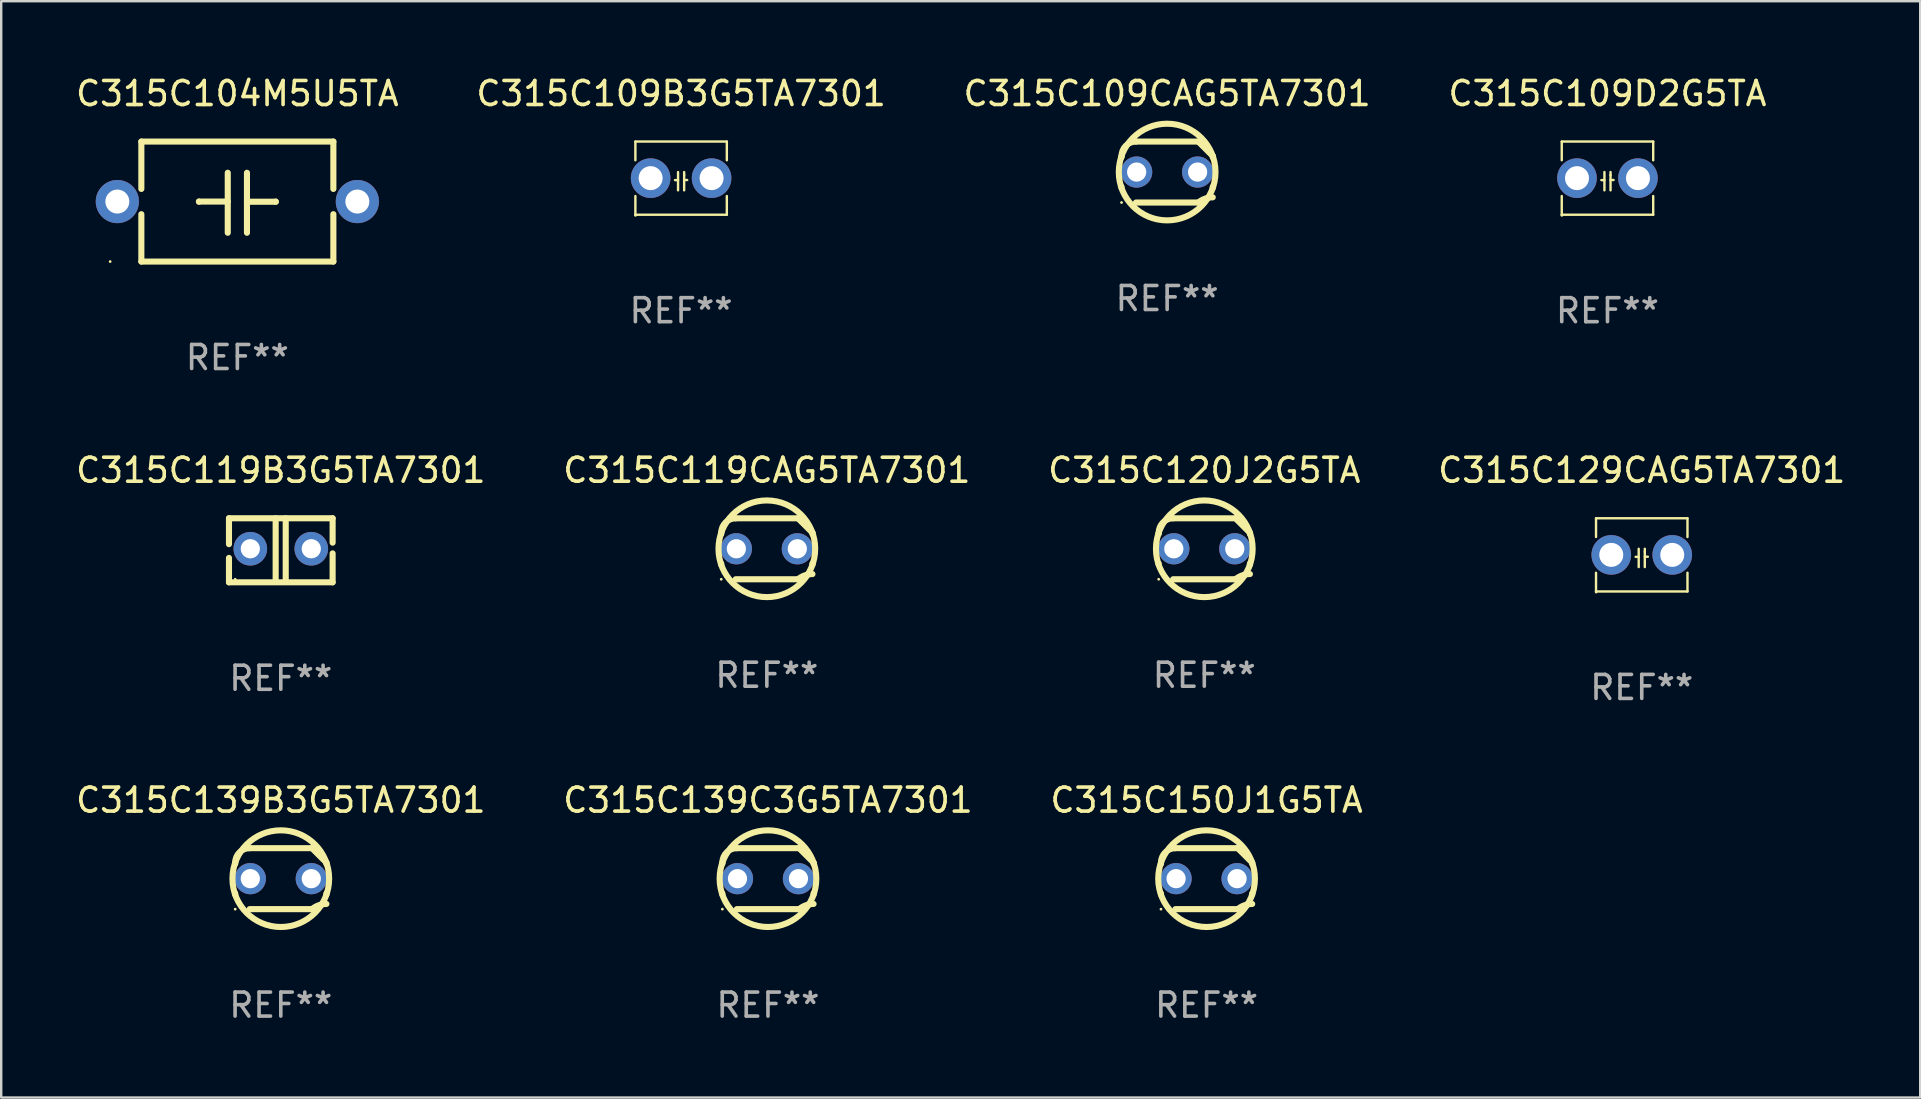
<source format=kicad_pcb>
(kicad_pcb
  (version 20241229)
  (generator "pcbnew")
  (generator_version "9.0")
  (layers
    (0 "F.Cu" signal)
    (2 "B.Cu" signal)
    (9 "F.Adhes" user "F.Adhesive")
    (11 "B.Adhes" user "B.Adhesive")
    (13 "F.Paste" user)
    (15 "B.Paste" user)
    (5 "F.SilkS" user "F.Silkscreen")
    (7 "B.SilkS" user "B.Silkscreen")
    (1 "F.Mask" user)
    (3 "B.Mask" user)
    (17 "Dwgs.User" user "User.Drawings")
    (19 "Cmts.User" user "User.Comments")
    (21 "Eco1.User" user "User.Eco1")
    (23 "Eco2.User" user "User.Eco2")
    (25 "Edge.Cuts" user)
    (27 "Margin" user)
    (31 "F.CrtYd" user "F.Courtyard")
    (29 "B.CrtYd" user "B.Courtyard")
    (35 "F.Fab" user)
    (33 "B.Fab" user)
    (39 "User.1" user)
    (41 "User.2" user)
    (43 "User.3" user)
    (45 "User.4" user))
  (footprint "C315C109B3G5TA7301"
    (layer "F.Cu")
    (at 25.327 4.372)
    (property "Reference" "C315C109B3G5TA7301" (at 0 -3.524 0) (layer "F.SilkS") (effects (font (size 1 1) (thickness 0.15))))
    (attr through_hole)
    (fp_line (start -1.905 -1.524) (end -1.905 -0.745) (stroke (width 0.1) (type solid)) (layer "F.SilkS"))
    (fp_line (start -1.905 0.745) (end -1.905 1.524) (stroke (width 0.1) (type solid)) (layer "F.SilkS"))
    (fp_line (start -1.905 1.524) (end 1.905 1.524) (stroke (width 0.1) (type solid)) (layer "F.SilkS"))
    (fp_line (start -0.127 -0.254) (end -0.127 0.508) (stroke (width 0.1) (type solid)) (layer "F.SilkS"))
    (fp_line (start -0.127 0.082) (end -0.254 0.082) (stroke (width 0.1) (type solid)) (layer "F.SilkS"))
    (fp_line (start 0.127 -0.127) (end 0.127 -0.254) (stroke (width 0.1) (type solid)) (layer "F.SilkS"))
    (fp_line (start 0.127 -0.127) (end 0.127 0.508) (stroke (width 0.1) (type solid)) (layer "F.SilkS"))
    (fp_line (start 0.127 0.077) (end 0.254 0.077) (stroke (width 0.1) (type solid)) (layer "F.SilkS"))
    (fp_line (start 1.905 -1.524) (end -1.905 -1.524) (stroke (width 0.1) (type solid)) (layer "F.SilkS"))
    (fp_line (start 1.905 -0.745) (end 1.905 -1.524) (stroke (width 0.1) (type solid)) (layer "F.SilkS"))
    (fp_line (start 1.905 1.524) (end 1.905 0.745) (stroke (width 0.1) (type solid)) (layer "F.SilkS"))
    (fp_circle (center -1.9 1.55) (end -1.87 1.55) (stroke (width 0.06) (type solid)) (fill no) (layer "F.SilkS"))
    (fp_text user "REF**" (at 0 5.524 0) (layer "F.Fab") (effects (font (size 1 1) (thickness 0.15))))
    (pad "1" thru_hole circle (at -1.27 0) (size 1.65 1.65) (drill 1) (layers "*.Cu" "*.Mask"))
    (pad "2" thru_hole circle (at 1.27 0) (size 1.65 1.65) (drill 1) (layers "*.Cu" "*.Mask")))
  (footprint "C315C104M5U5TA"
    (layer "F.Cu")
    (at 6.839 5.348)
    (property "Reference" "C315C104M5U5TA" (at 0 -4.499 0) (layer "F.SilkS") (effects (font (size 1 1) (thickness 0.15))))
    (attr through_hole)
    (fp_line (start -4 -2.499) (end -4 -0.526) (stroke (width 0.254) (type solid)) (layer "F.SilkS"))
    (fp_line (start -4 -2.499) (end 4 -2.499) (stroke (width 0.254) (type solid)) (layer "F.SilkS"))
    (fp_line (start -4 0.526) (end -4 2.499) (stroke (width 0.254) (type solid)) (layer "F.SilkS"))
    (fp_line (start -1.6 0) (end -1.6 0.007) (stroke (width 0.254) (type solid)) (layer "F.SilkS"))
    (fp_line (start -0.4 0) (end -1.6 0) (stroke (width 0.254) (type solid)) (layer "F.SilkS"))
    (fp_line (start -0.4 1.3) (end -0.4 -1.2) (stroke (width 0.254) (type solid)) (layer "F.SilkS"))
    (fp_line (start 0.4 -1.2) (end 0.4 1.3) (stroke (width 0.254) (type solid)) (layer "F.SilkS"))
    (fp_line (start 0.4 0.007) (end 1.6 0.007) (stroke (width 0.254) (type solid)) (layer "F.SilkS"))
    (fp_line (start 1.6 0.007) (end 1.6 0) (stroke (width 0.254) (type solid)) (layer "F.SilkS"))
    (fp_line (start 4 -2.499) (end 4 -0.526) (stroke (width 0.254) (type solid)) (layer "F.SilkS"))
    (fp_line (start 4 0.526) (end 4 2.499) (stroke (width 0.254) (type solid)) (layer "F.SilkS"))
    (fp_line (start 4 2.499) (end -4 2.499) (stroke (width 0.254) (type solid)) (layer "F.SilkS"))
    (fp_circle (center -5.3 2.5) (end -5.27 2.5) (stroke (width 0.06) (type solid)) (fill no) (layer "F.SilkS"))
    (fp_text user "REF**" (at 0 6.499 0) (layer "F.Fab") (effects (font (size 1 1) (thickness 0.15))))
    (pad "1" thru_hole circle (at -5 0) (size 1.8 1.8) (drill 1) (layers "*.Cu" "*.Mask"))
    (pad "2" thru_hole circle (at 5 0) (size 1.8 1.8) (drill 1) (layers "*.Cu" "*.Mask")))
  (footprint "C315C109CAG5TA7301"
    (layer "F.Cu")
    (at 45.577 4.118)
    (property "Reference" "C315C109CAG5TA7301" (at 0 -3.27 0) (layer "F.SilkS") (effects (font (size 1 1) (thickness 0.15))))
    (attr through_hole)
    (fp_line (start -1.9 -0.615) (end -1.9 -0.668) (stroke (width 0.254) (type solid)) (layer "F.SilkS"))
    (fp_line (start -1.9 0.668) (end -1.9 0.615) (stroke (width 0.254) (type solid)) (layer "F.SilkS"))
    (fp_line (start -1.298 1.27) (end 1.298 1.27) (stroke (width 0.254) (type solid)) (layer "F.SilkS"))
    (fp_line (start -1.298 -1.27) (end 1.298 -1.27) (stroke (width 0.254) (type solid)) (layer "F.SilkS"))
    (fp_line (start 1.9 -0.668) (end 1.9 -0.615) (stroke (width 0.254) (type solid)) (layer "F.SilkS"))
    (fp_line (start 1.9 0.615) (end 1.9 0.668) (stroke (width 0.254) (type solid)) (layer "F.SilkS"))
    (fp_arc (start -1.900025 0.667602) (mid 1.900003 -0.66758) (end -1.900025 0.667602) (stroke (width 0.254001) (type solid)) (layer "F.SilkS"))
    (fp_arc (start -1.9 -0.667602) (mid -1.723557 -1.093572) (end -1.297587 -1.270015) (stroke (width 0.254001) (type solid)) (layer "F.SilkS"))
    (fp_arc (start 1.297587 1.26999) (mid 1.579878 1.109027) (end 1.9 1.053172) (stroke (width 0.254001) (type solid)) (layer "F.SilkS"))
    (fp_arc (start 1.297611 -1.270042) (mid 1.598991 -0.969008) (end 1.900025 -0.667628) (stroke (width 0.254001) (type solid)) (layer "F.SilkS"))
    (fp_circle (center -1.9 1.27) (end -1.87 1.27) (stroke (width 0.06) (type solid)) (fill no) (layer "F.SilkS"))
    (fp_text user "REF**" (at 0 5.27 0) (layer "F.Fab") (effects (font (size 1 1) (thickness 0.15))))
    (pad "1" thru_hole circle (at -1.27 -0.000013) (size 1.3 1.3) (drill 0.8) (layers "*.Cu" "*.Mask"))
    (pad "2" thru_hole circle (at 1.27 -0.000013) (size 1.3 1.3) (drill 0.8) (layers "*.Cu" "*.Mask")))
  (footprint "C315C139C3G5TA7301"
    (layer "F.Cu")
    (at 28.946 33.558)
    (property "Reference" "C315C139C3G5TA7301" (at 0 -3.27 0) (layer "F.SilkS") (effects (font (size 1 1) (thickness 0.15))))
    (attr through_hole)
    (fp_line (start -1.9 -0.615) (end -1.9 -0.668) (stroke (width 0.254) (type solid)) (layer "F.SilkS"))
    (fp_line (start -1.9 0.668) (end -1.9 0.615) (stroke (width 0.254) (type solid)) (layer "F.SilkS"))
    (fp_line (start -1.298 1.27) (end 1.298 1.27) (stroke (width 0.254) (type solid)) (layer "F.SilkS"))
    (fp_line (start -1.298 -1.27) (end 1.298 -1.27) (stroke (width 0.254) (type solid)) (layer "F.SilkS"))
    (fp_line (start 1.9 -0.668) (end 1.9 -0.615) (stroke (width 0.254) (type solid)) (layer "F.SilkS"))
    (fp_line (start 1.9 0.615) (end 1.9 0.668) (stroke (width 0.254) (type solid)) (layer "F.SilkS"))
    (fp_arc (start -1.900025 0.667602) (mid 1.900003 -0.66758) (end -1.900025 0.667602) (stroke (width 0.254001) (type solid)) (layer "F.SilkS"))
    (fp_arc (start -1.9 -0.667602) (mid -1.723557 -1.093572) (end -1.297587 -1.270015) (stroke (width 0.254001) (type solid)) (layer "F.SilkS"))
    (fp_arc (start 1.297587 1.26999) (mid 1.579878 1.109027) (end 1.9 1.053172) (stroke (width 0.254001) (type solid)) (layer "F.SilkS"))
    (fp_arc (start 1.297611 -1.270042) (mid 1.598991 -0.969008) (end 1.900025 -0.667628) (stroke (width 0.254001) (type solid)) (layer "F.SilkS"))
    (fp_circle (center -1.9 1.27) (end -1.87 1.27) (stroke (width 0.06) (type solid)) (fill no) (layer "F.SilkS"))
    (fp_text user "REF**" (at 0 5.27 0) (layer "F.Fab") (effects (font (size 1 1) (thickness 0.15))))
    (pad "1" thru_hole circle (at -1.27 -0.000013) (size 1.3 1.3) (drill 0.8) (layers "*.Cu" "*.Mask"))
    (pad "2" thru_hole circle (at 1.27 -0.000013) (size 1.3 1.3) (drill 0.8) (layers "*.Cu" "*.Mask")))
  (footprint "C315C150J1G5TA"
    (layer "F.Cu")
    (at 47.22 33.558)
    (property "Reference" "C315C150J1G5TA" (at 0 -3.27 0) (layer "F.SilkS") (effects (font (size 1 1) (thickness 0.15))))
    (attr through_hole)
    (fp_line (start -1.9 -0.615) (end -1.9 -0.668) (stroke (width 0.254) (type solid)) (layer "F.SilkS"))
    (fp_line (start -1.9 0.668) (end -1.9 0.615) (stroke (width 0.254) (type solid)) (layer "F.SilkS"))
    (fp_line (start -1.298 1.27) (end 1.298 1.27) (stroke (width 0.254) (type solid)) (layer "F.SilkS"))
    (fp_line (start -1.298 -1.27) (end 1.298 -1.27) (stroke (width 0.254) (type solid)) (layer "F.SilkS"))
    (fp_line (start 1.9 -0.668) (end 1.9 -0.615) (stroke (width 0.254) (type solid)) (layer "F.SilkS"))
    (fp_line (start 1.9 0.615) (end 1.9 0.668) (stroke (width 0.254) (type solid)) (layer "F.SilkS"))
    (fp_arc (start -1.900025 0.667602) (mid 1.900003 -0.66758) (end -1.900025 0.667602) (stroke (width 0.254001) (type solid)) (layer "F.SilkS"))
    (fp_arc (start -1.9 -0.667602) (mid -1.723557 -1.093572) (end -1.297587 -1.270015) (stroke (width 0.254001) (type solid)) (layer "F.SilkS"))
    (fp_arc (start 1.297587 1.26999) (mid 1.579878 1.109027) (end 1.9 1.053172) (stroke (width 0.254001) (type solid)) (layer "F.SilkS"))
    (fp_arc (start 1.297611 -1.270042) (mid 1.598991 -0.969008) (end 1.900025 -0.667628) (stroke (width 0.254001) (type solid)) (layer "F.SilkS"))
    (fp_circle (center -1.9 1.27) (end -1.87 1.27) (stroke (width 0.06) (type solid)) (fill no) (layer "F.SilkS"))
    (fp_text user "REF**" (at 0 5.27 0) (layer "F.Fab") (effects (font (size 1 1) (thickness 0.15))))
    (pad "1" thru_hole circle (at -1.27 -0.000013) (size 1.3 1.3) (drill 0.8) (layers "*.Cu" "*.Mask"))
    (pad "2" thru_hole circle (at 1.27 -0.000013) (size 1.3 1.3) (drill 0.8) (layers "*.Cu" "*.Mask")))
  (footprint "C315C109D2G5TA"
    (layer "F.Cu")
    (at 63.923 4.372)
    (property "Reference" "C315C109D2G5TA" (at 0 -3.524 0) (layer "F.SilkS") (effects (font (size 1 1) (thickness 0.15))))
    (attr through_hole)
    (fp_line (start -1.905 -1.524) (end -1.905 -0.745) (stroke (width 0.1) (type solid)) (layer "F.SilkS"))
    (fp_line (start -1.905 0.745) (end -1.905 1.524) (stroke (width 0.1) (type solid)) (layer "F.SilkS"))
    (fp_line (start -1.905 1.524) (end 1.905 1.524) (stroke (width 0.1) (type solid)) (layer "F.SilkS"))
    (fp_line (start -0.127 -0.254) (end -0.127 0.508) (stroke (width 0.1) (type solid)) (layer "F.SilkS"))
    (fp_line (start -0.127 0.082) (end -0.254 0.082) (stroke (width 0.1) (type solid)) (layer "F.SilkS"))
    (fp_line (start 0.127 -0.127) (end 0.127 -0.254) (stroke (width 0.1) (type solid)) (layer "F.SilkS"))
    (fp_line (start 0.127 -0.127) (end 0.127 0.508) (stroke (width 0.1) (type solid)) (layer "F.SilkS"))
    (fp_line (start 0.127 0.077) (end 0.254 0.077) (stroke (width 0.1) (type solid)) (layer "F.SilkS"))
    (fp_line (start 1.905 -1.524) (end -1.905 -1.524) (stroke (width 0.1) (type solid)) (layer "F.SilkS"))
    (fp_line (start 1.905 -0.745) (end 1.905 -1.524) (stroke (width 0.1) (type solid)) (layer "F.SilkS"))
    (fp_line (start 1.905 1.524) (end 1.905 0.745) (stroke (width 0.1) (type solid)) (layer "F.SilkS"))
    (fp_circle (center -1.9 1.55) (end -1.87 1.55) (stroke (width 0.06) (type solid)) (fill no) (layer "F.SilkS"))
    (fp_text user "REF**" (at 0 5.524 0) (layer "F.Fab") (effects (font (size 1 1) (thickness 0.15))))
    (pad "1" thru_hole circle (at -1.27 0) (size 1.65 1.65) (drill 1) (layers "*.Cu" "*.Mask"))
    (pad "2" thru_hole circle (at 1.27 0) (size 1.65 1.65) (drill 1) (layers "*.Cu" "*.Mask")))
  (footprint "C315C119B3G5TA7301"
    (layer "F.Cu")
    (at 8.649 19.877)
    (property "Reference" "C315C119B3G5TA7301" (at 0 -3.334 0) (layer "F.SilkS") (effects (font (size 1 1) (thickness 0.15))))
    (attr through_hole)
    (fp_line (start -2.159 -1.334) (end 2.159 -1.334) (stroke (width 0.254) (type solid)) (layer "F.SilkS"))
    (fp_line (start -2.159 -0.256) (end -2.159 -1.334) (stroke (width 0.254) (type solid)) (layer "F.SilkS"))
    (fp_line (start -2.159 1.334) (end -2.159 0.318) (stroke (width 0.254) (type solid)) (layer "F.SilkS"))
    (fp_line (start -0.214 -1.334) (end -0.214 1.207) (stroke (width 0.254) (type solid)) (layer "F.SilkS"))
    (fp_line (start 0.205 -1.334) (end 0.205 1.207) (stroke (width 0.254) (type solid)) (layer "F.SilkS"))
    (fp_line (start 2.159 -1.334) (end 2.159 -0.318) (stroke (width 0.254) (type solid)) (layer "F.SilkS"))
    (fp_line (start 2.159 0.129) (end 2.159 1.334) (stroke (width 0.254) (type solid)) (layer "F.SilkS"))
    (fp_line (start 2.159 1.334) (end -2.159 1.334) (stroke (width 0.254) (type solid)) (layer "F.SilkS"))
    (fp_circle (center -1.9 1.207) (end -1.87 1.207) (stroke (width 0.06) (type solid)) (fill no) (layer "F.SilkS"))
    (fp_text user "REF**" (at 0 5.334 0) (layer "F.Fab") (effects (font (size 1 1) (thickness 0.15))))
    (pad "1" thru_hole circle (at -1.27 -0.064) (size 1.4 1.4) (drill 0.8) (layers "*.Cu" "*.Mask"))
    (pad "2" thru_hole circle (at 1.27 -0.064) (size 1.4 1.4) (drill 0.8) (layers "*.Cu" "*.Mask")))
  (footprint "C315C120J2G5TA"
    (layer "F.Cu")
    (at 47.125 19.814)
    (property "Reference" "C315C120J2G5TA" (at 0 -3.27 0) (layer "F.SilkS") (effects (font (size 1 1) (thickness 0.15))))
    (attr through_hole)
    (fp_line (start -1.9 -0.615) (end -1.9 -0.668) (stroke (width 0.254) (type solid)) (layer "F.SilkS"))
    (fp_line (start -1.9 0.668) (end -1.9 0.615) (stroke (width 0.254) (type solid)) (layer "F.SilkS"))
    (fp_line (start -1.298 1.27) (end 1.298 1.27) (stroke (width 0.254) (type solid)) (layer "F.SilkS"))
    (fp_line (start -1.298 -1.27) (end 1.298 -1.27) (stroke (width 0.254) (type solid)) (layer "F.SilkS"))
    (fp_line (start 1.9 -0.668) (end 1.9 -0.615) (stroke (width 0.254) (type solid)) (layer "F.SilkS"))
    (fp_line (start 1.9 0.615) (end 1.9 0.668) (stroke (width 0.254) (type solid)) (layer "F.SilkS"))
    (fp_arc (start -1.900025 0.667602) (mid 1.900003 -0.66758) (end -1.900025 0.667602) (stroke (width 0.254001) (type solid)) (layer "F.SilkS"))
    (fp_arc (start -1.9 -0.667602) (mid -1.723557 -1.093572) (end -1.297587 -1.270015) (stroke (width 0.254001) (type solid)) (layer "F.SilkS"))
    (fp_arc (start 1.297587 1.26999) (mid 1.579878 1.109027) (end 1.9 1.053172) (stroke (width 0.254001) (type solid)) (layer "F.SilkS"))
    (fp_arc (start 1.297611 -1.270042) (mid 1.598991 -0.969008) (end 1.900025 -0.667628) (stroke (width 0.254001) (type solid)) (layer "F.SilkS"))
    (fp_circle (center -1.9 1.27) (end -1.87 1.27) (stroke (width 0.06) (type solid)) (fill no) (layer "F.SilkS"))
    (fp_text user "REF**" (at 0 5.27 0) (layer "F.Fab") (effects (font (size 1 1) (thickness 0.15))))
    (pad "1" thru_hole circle (at -1.27 -0.000013) (size 1.3 1.3) (drill 0.8) (layers "*.Cu" "*.Mask"))
    (pad "2" thru_hole circle (at 1.27 -0.000013) (size 1.3 1.3) (drill 0.8) (layers "*.Cu" "*.Mask")))
  (footprint "C315C129CAG5TA7301"
    (layer "F.Cu")
    (at 65.351 20.068)
    (property "Reference" "C315C129CAG5TA7301" (at 0 -3.524 0) (layer "F.SilkS") (effects (font (size 1 1) (thickness 0.15))))
    (attr through_hole)
    (fp_line (start -1.905 -1.524) (end -1.905 -0.745) (stroke (width 0.1) (type solid)) (layer "F.SilkS"))
    (fp_line (start -1.905 0.745) (end -1.905 1.524) (stroke (width 0.1) (type solid)) (layer "F.SilkS"))
    (fp_line (start -1.905 1.524) (end 1.905 1.524) (stroke (width 0.1) (type solid)) (layer "F.SilkS"))
    (fp_line (start -0.127 -0.254) (end -0.127 0.508) (stroke (width 0.1) (type solid)) (layer "F.SilkS"))
    (fp_line (start -0.127 0.082) (end -0.254 0.082) (stroke (width 0.1) (type solid)) (layer "F.SilkS"))
    (fp_line (start 0.127 -0.127) (end 0.127 -0.254) (stroke (width 0.1) (type solid)) (layer "F.SilkS"))
    (fp_line (start 0.127 -0.127) (end 0.127 0.508) (stroke (width 0.1) (type solid)) (layer "F.SilkS"))
    (fp_line (start 0.127 0.077) (end 0.254 0.077) (stroke (width 0.1) (type solid)) (layer "F.SilkS"))
    (fp_line (start 1.905 -1.524) (end -1.905 -1.524) (stroke (width 0.1) (type solid)) (layer "F.SilkS"))
    (fp_line (start 1.905 -0.745) (end 1.905 -1.524) (stroke (width 0.1) (type solid)) (layer "F.SilkS"))
    (fp_line (start 1.905 1.524) (end 1.905 0.745) (stroke (width 0.1) (type solid)) (layer "F.SilkS"))
    (fp_circle (center -1.9 1.55) (end -1.87 1.55) (stroke (width 0.06) (type solid)) (fill no) (layer "F.SilkS"))
    (fp_text user "REF**" (at 0 5.524 0) (layer "F.Fab") (effects (font (size 1 1) (thickness 0.15))))
    (pad "1" thru_hole circle (at -1.27 0) (size 1.65 1.65) (drill 1) (layers "*.Cu" "*.Mask"))
    (pad "2" thru_hole circle (at 1.27 0) (size 1.65 1.65) (drill 1) (layers "*.Cu" "*.Mask")))
  (footprint "C315C139B3G5TA7301"
    (layer "F.Cu")
    (at 8.649 33.558)
    (property "Reference" "C315C139B3G5TA7301" (at 0 -3.27 0) (layer "F.SilkS") (effects (font (size 1 1) (thickness 0.15))))
    (attr through_hole)
    (fp_line (start -1.9 -0.615) (end -1.9 -0.668) (stroke (width 0.254) (type solid)) (layer "F.SilkS"))
    (fp_line (start -1.9 0.668) (end -1.9 0.615) (stroke (width 0.254) (type solid)) (layer "F.SilkS"))
    (fp_line (start -1.298 1.27) (end 1.298 1.27) (stroke (width 0.254) (type solid)) (layer "F.SilkS"))
    (fp_line (start -1.298 -1.27) (end 1.298 -1.27) (stroke (width 0.254) (type solid)) (layer "F.SilkS"))
    (fp_line (start 1.9 -0.668) (end 1.9 -0.615) (stroke (width 0.254) (type solid)) (layer "F.SilkS"))
    (fp_line (start 1.9 0.615) (end 1.9 0.668) (stroke (width 0.254) (type solid)) (layer "F.SilkS"))
    (fp_arc (start -1.900025 0.667602) (mid 1.900003 -0.66758) (end -1.900025 0.667602) (stroke (width 0.254001) (type solid)) (layer "F.SilkS"))
    (fp_arc (start -1.9 -0.667602) (mid -1.723557 -1.093572) (end -1.297587 -1.270015) (stroke (width 0.254001) (type solid)) (layer "F.SilkS"))
    (fp_arc (start 1.297587 1.26999) (mid 1.579878 1.109027) (end 1.9 1.053172) (stroke (width 0.254001) (type solid)) (layer "F.SilkS"))
    (fp_arc (start 1.297611 -1.270042) (mid 1.598991 -0.969008) (end 1.900025 -0.667628) (stroke (width 0.254001) (type solid)) (layer "F.SilkS"))
    (fp_circle (center -1.9 1.27) (end -1.87 1.27) (stroke (width 0.06) (type solid)) (fill no) (layer "F.SilkS"))
    (fp_text user "REF**" (at 0 5.27 0) (layer "F.Fab") (effects (font (size 1 1) (thickness 0.15))))
    (pad "1" thru_hole circle (at -1.27 -0.000013) (size 1.3 1.3) (drill 0.8) (layers "*.Cu" "*.Mask"))
    (pad "2" thru_hole circle (at 1.27 -0.000013) (size 1.3 1.3) (drill 0.8) (layers "*.Cu" "*.Mask")))
  (footprint "C315C119CAG5TA7301"
    (layer "F.Cu")
    (at 28.899 19.814)
    (property "Reference" "C315C119CAG5TA7301" (at 0 -3.27 0) (layer "F.SilkS") (effects (font (size 1 1) (thickness 0.15))))
    (attr through_hole)
    (fp_line (start -1.9 -0.615) (end -1.9 -0.668) (stroke (width 0.254) (type solid)) (layer "F.SilkS"))
    (fp_line (start -1.9 0.668) (end -1.9 0.615) (stroke (width 0.254) (type solid)) (layer "F.SilkS"))
    (fp_line (start -1.298 1.27) (end 1.298 1.27) (stroke (width 0.254) (type solid)) (layer "F.SilkS"))
    (fp_line (start -1.298 -1.27) (end 1.298 -1.27) (stroke (width 0.254) (type solid)) (layer "F.SilkS"))
    (fp_line (start 1.9 -0.668) (end 1.9 -0.615) (stroke (width 0.254) (type solid)) (layer "F.SilkS"))
    (fp_line (start 1.9 0.615) (end 1.9 0.668) (stroke (width 0.254) (type solid)) (layer "F.SilkS"))
    (fp_arc (start -1.900025 0.667602) (mid 1.900003 -0.66758) (end -1.900025 0.667602) (stroke (width 0.254001) (type solid)) (layer "F.SilkS"))
    (fp_arc (start -1.9 -0.667602) (mid -1.723557 -1.093572) (end -1.297587 -1.270015) (stroke (width 0.254001) (type solid)) (layer "F.SilkS"))
    (fp_arc (start 1.297587 1.26999) (mid 1.579878 1.109027) (end 1.9 1.053172) (stroke (width 0.254001) (type solid)) (layer "F.SilkS"))
    (fp_arc (start 1.297611 -1.270042) (mid 1.598991 -0.969008) (end 1.900025 -0.667628) (stroke (width 0.254001) (type solid)) (layer "F.SilkS"))
    (fp_circle (center -1.9 1.27) (end -1.87 1.27) (stroke (width 0.06) (type solid)) (fill no) (layer "F.SilkS"))
    (fp_text user "REF**" (at 0 5.27 0) (layer "F.Fab") (effects (font (size 1 1) (thickness 0.15))))
    (pad "1" thru_hole circle (at -1.27 -0.000013) (size 1.3 1.3) (drill 0.8) (layers "*.Cu" "*.Mask"))
    (pad "2" thru_hole circle (at 1.27 -0.000013) (size 1.3 1.3) (drill 0.8) (layers "*.Cu" "*.Mask")))
  (gr_rect
    (start -3 -3)
    (end 76.952 42.676)
    (stroke (width 0.1) (type default))
    (fill no)
    (layer "Edge.Cuts")))
</source>
